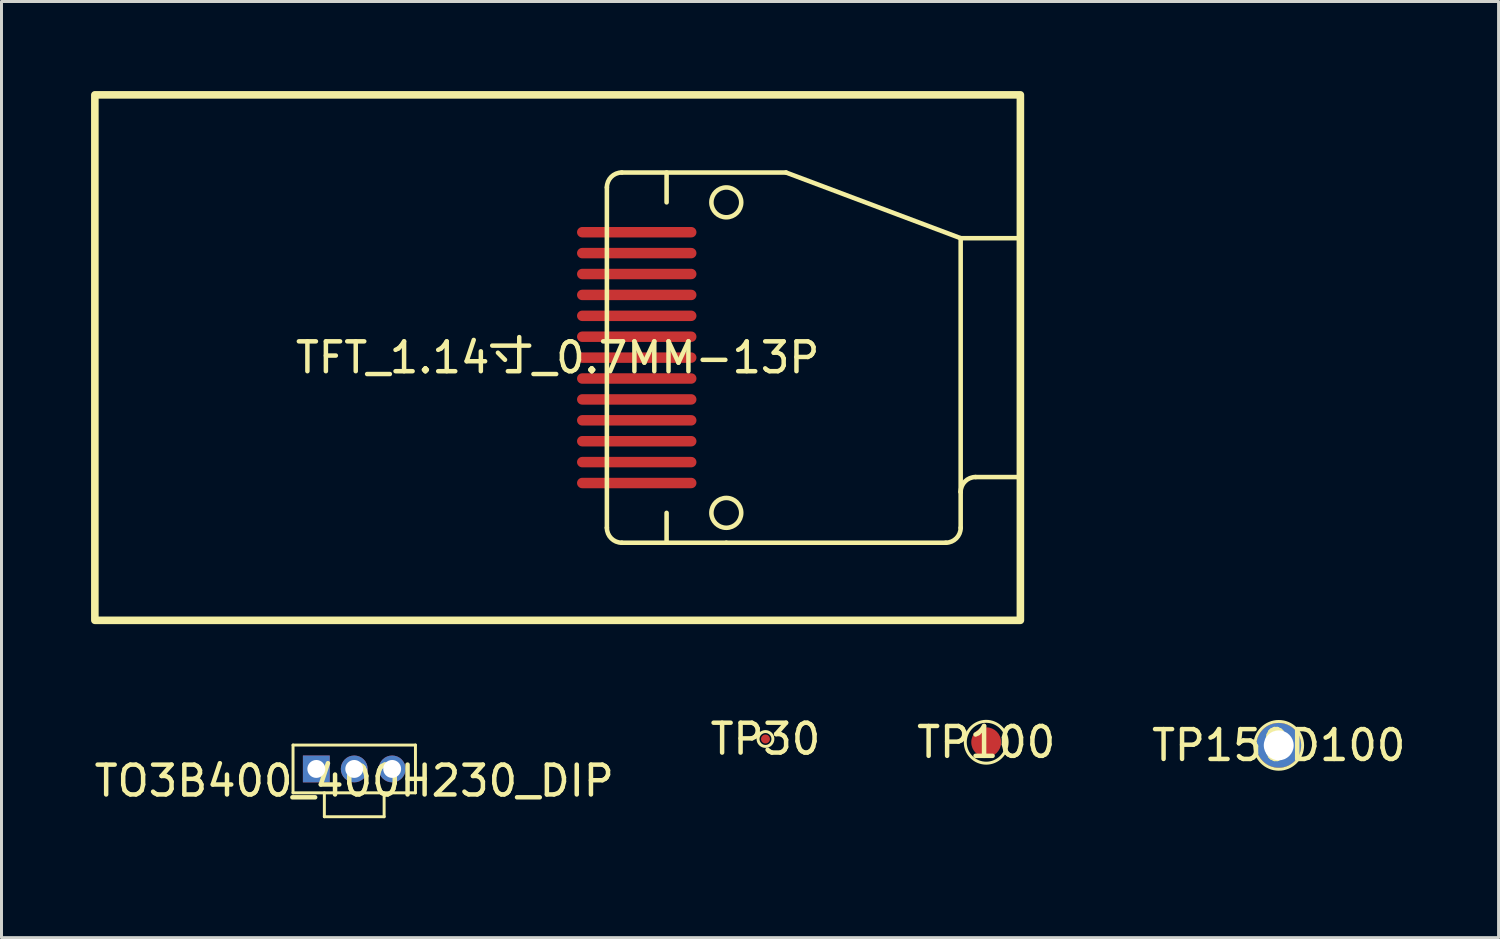
<source format=kicad_pcb>
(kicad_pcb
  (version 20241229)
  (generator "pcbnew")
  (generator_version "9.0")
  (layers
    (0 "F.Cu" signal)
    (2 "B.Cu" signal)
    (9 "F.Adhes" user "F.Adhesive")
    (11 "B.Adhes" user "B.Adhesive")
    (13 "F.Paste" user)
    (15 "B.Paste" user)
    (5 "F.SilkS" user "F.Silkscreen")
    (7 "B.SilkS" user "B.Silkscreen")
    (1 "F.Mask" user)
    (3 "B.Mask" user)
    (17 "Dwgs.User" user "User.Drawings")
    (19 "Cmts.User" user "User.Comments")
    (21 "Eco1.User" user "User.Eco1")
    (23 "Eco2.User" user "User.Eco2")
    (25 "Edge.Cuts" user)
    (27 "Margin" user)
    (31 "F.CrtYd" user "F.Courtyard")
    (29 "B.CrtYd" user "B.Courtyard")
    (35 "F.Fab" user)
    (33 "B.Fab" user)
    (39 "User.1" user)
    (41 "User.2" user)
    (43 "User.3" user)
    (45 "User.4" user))
  (footprint "TFT_1.14寸_0.7MM-13P"
    (layer "F.Cu")
    (at 15.627 8.928)
    (property "Reference" "TFT_1.14寸_0.7MM-13P" (at 0 0 0) (layer "F.SilkS") (effects (font (size 1 1) (thickness 0.15))))
    (fp_line (start 1.65 -5.7) (end 1.65 5.7) (stroke (width 0.152) (type default)) (layer "F.SilkS"))
    (fp_line (start 2.15 6.2) (end 5.65 6.2) (stroke (width 0.152) (type default)) (layer "F.SilkS"))
    (fp_line (start 3.65 -6.2) (end 3.65 -5.2) (stroke (width 0.152) (type default)) (layer "F.SilkS"))
    (fp_line (start 3.65 5.2) (end 3.65 6.2) (stroke (width 0.152) (type default)) (layer "F.SilkS"))
    (fp_line (start 5.65 6.2) (end 13 6.2) (stroke (width 0.152) (type default)) (layer "F.SilkS"))
    (fp_line (start 7.65 -6.2) (end 2.15 -6.2) (stroke (width 0.152) (type default)) (layer "F.SilkS"))
    (fp_line (start 7.65 -6.2) (end 13.5 -4) (stroke (width 0.152) (type default)) (layer "F.SilkS"))
    (fp_line (start 13.5 -4) (end 13.5 4.5) (stroke (width 0.152) (type default)) (layer "F.SilkS"))
    (fp_line (start 13.5 -4) (end 15.5 -4) (stroke (width 0.152) (type default)) (layer "F.SilkS"))
    (fp_line (start 13.5 5.7) (end 13.5 4.5) (stroke (width 0.152) (type default)) (layer "F.SilkS"))
    (fp_line (start 14 4) (end 15.5 4) (stroke (width 0.152) (type default)) (layer "F.SilkS"))
    (fp_rect (start -15.5 -8.801) (end 15.5 8.799) (stroke (width 0.254) (type default)) (fill no) (layer "F.SilkS"))
    (fp_arc (start 1.65 -5.7) (mid 1.796447 -6.053553) (end 2.15 -6.2) (stroke (width 0.1525) (type default)) (layer "F.SilkS"))
    (fp_arc (start 2.15 6.2) (mid 1.796447 6.053553) (end 1.65 5.7) (stroke (width 0.1525) (type default)) (layer "F.SilkS"))
    (fp_arc (start 13.5 4.5) (mid 13.646447 4.146447) (end 14 4) (stroke (width 0.1525) (type default)) (layer "F.SilkS"))
    (fp_arc (start 13.5 5.7) (mid 13.353553 6.053553) (end 13 6.2) (stroke (width 0.1525) (type default)) (layer "F.SilkS"))
    (fp_circle (center 5.65 -5.2) (end 6.15 -5.2) (stroke (width 0.152) (type default)) (fill no) (layer "F.SilkS"))
    (fp_circle (center 5.65 5.2) (end 6.15 5.2) (stroke (width 0.152) (type default)) (fill no) (layer "F.SilkS"))
    (pad "1" smd oval (at 2.65 -4.2 270) (size 0.35 4) (layers "F.Cu" "F.Mask" "F.Paste"))
    (pad "2" smd oval (at 2.65 -3.5 270) (size 0.35 4) (layers "F.Cu" "F.Mask" "F.Paste"))
    (pad "3" smd oval (at 2.65 -2.8 270) (size 0.35 4) (layers "F.Cu" "F.Mask" "F.Paste"))
    (pad "4" smd oval (at 2.65 -2.1 270) (size 0.35 4) (layers "F.Cu" "F.Mask" "F.Paste"))
    (pad "5" smd oval (at 2.65 -1.4 270) (size 0.35 4) (layers "F.Cu" "F.Mask" "F.Paste"))
    (pad "6" smd oval (at 2.65 -0.7 270) (size 0.35 4) (layers "F.Cu" "F.Mask" "F.Paste"))
    (pad "7" smd oval (at 2.65 0 270) (size 0.35 4) (layers "F.Cu" "F.Mask" "F.Paste"))
    (pad "8" smd oval (at 2.65 0.7 270) (size 0.35 4) (layers "F.Cu" "F.Mask" "F.Paste"))
    (pad "9" smd oval (at 2.65 1.4 270) (size 0.35 4) (layers "F.Cu" "F.Mask" "F.Paste"))
    (pad "10" smd oval (at 2.65 2.1 270) (size 0.35 4) (layers "F.Cu" "F.Mask" "F.Paste"))
    (pad "11" smd oval (at 2.65 2.8 270) (size 0.35 4) (layers "F.Cu" "F.Mask" "F.Paste"))
    (pad "12" smd oval (at 2.65 3.5 270) (size 0.35 4) (layers "F.Cu" "F.Mask" "F.Paste"))
    (pad "13" smd oval (at 2.65 4.2 270) (size 0.35 4) (layers "F.Cu" "F.Mask" "F.Paste")))
  (footprint "TP30"
    (layer "F.Cu")
    (at 22.589 21.702)
    (property "Reference" "TP30" (at 0 0 0) (layer "F.SilkS") (effects (font (size 1 1) (thickness 0.15))))
    (fp_circle (center 0 0) (end 0.249 0) (stroke (width 0.099) (type default)) (fill no) (layer "F.SilkS"))
    (fp_circle (center 0 0) (end 0.249 0) (stroke (width 0.025) (type default)) (fill no) (layer "User.1"))
    (fp_poly (pts (xy 0.254 0) (xy 0.234 0.097) (xy 0.179 0.179) (xy 0.097 0.234) (xy 0 0.254) (xy -0.097 0.234) (xy -0.124 0.216) (xy -0.179 0.179) (xy -0.234 0.097) (xy -0.254 0) (xy -0.234 -0.097) (xy -0.179 -0.179) (xy -0.124 -0.216) (xy -0.097 -0.234) (xy 0 -0.254) (xy 0.097 -0.234) (xy 0.179 -0.179) (xy 0.234 -0.097)) (stroke (width 0.1) (type default)) (fill no) (layer "User.1"))
    (fp_poly (pts (xy 0.254 0) (xy 0.234 0.097) (xy 0.179 0.179) (xy 0.097 0.234) (xy 0 0.254) (xy -0.097 0.234) (xy -0.124 0.216) (xy -0.179 0.179) (xy -0.234 0.097) (xy -0.254 0) (xy -0.234 -0.097) (xy -0.179 -0.179) (xy -0.124 -0.216) (xy -0.097 -0.234) (xy 0 -0.254) (xy 0.097 -0.234) (xy 0.179 -0.179) (xy 0.234 -0.097)) (stroke (width 0.1) (type default)) (fill no) (layer "User.1"))
    (pad "1" smd circle (at 0 0) (size 0.299 0.299) (layers "F.Cu" "F.Mask" "F.Paste")))
  (footprint "TP150D100"
    (layer "F.Cu")
    (at 39.78 21.915)
    (property "Reference" "TP150D100" (at 0 0 0) (layer "F.SilkS") (effects (font (size 1 1) (thickness 0.15))))
    (fp_circle (center 0 0) (end 0.8 0) (stroke (width 0.099) (type default)) (fill no) (layer "F.SilkS"))
    (fp_circle (center 0 0) (end 1.001 0) (stroke (width 0.025) (type default)) (fill no) (layer "User.1"))
    (fp_poly (pts (xy 0.807 0) (xy 0.779 -0.209) (xy 0.699 -0.404) (xy 0.571 -0.571) (xy 0.404 -0.699) (xy 0.209 -0.779) (xy 0 -0.807) (xy -0.209 -0.779) (xy -0.404 -0.699) (xy -0.571 -0.571) (xy -0.699 -0.404) (xy -0.779 -0.209) (xy -0.807 0) (xy -0.779 0.209) (xy -0.699 0.404) (xy -0.571 0.571) (xy -0.404 0.699) (xy -0.209 0.779) (xy 0 0.807) (xy 0.209 0.779) (xy 0.404 0.699) (xy 0.571 0.571) (xy 0.699 0.404) (xy 0.779 0.209)) (stroke (width 0.1) (type default)) (fill no) (layer "User.1"))
    (fp_poly (pts (xy 0.807 0) (xy 0.779 -0.209) (xy 0.699 -0.404) (xy 0.571 -0.571) (xy 0.404 -0.699) (xy 0.209 -0.779) (xy 0 -0.807) (xy -0.209 -0.779) (xy -0.404 -0.699) (xy -0.571 -0.571) (xy -0.699 -0.404) (xy -0.779 -0.209) (xy -0.807 0) (xy -0.779 0.209) (xy -0.699 0.404) (xy -0.571 0.571) (xy -0.404 0.699) (xy -0.209 0.779) (xy 0 0.807) (xy 0.209 0.779) (xy 0.404 0.699) (xy 0.571 0.571) (xy 0.699 0.404) (xy 0.779 0.209)) (stroke (width 0.1) (type default)) (fill no) (layer "User.1"))
    (fp_poly (pts (xy 0.807 0) (xy 0.779 -0.209) (xy 0.699 -0.404) (xy 0.571 -0.571) (xy 0.404 -0.699) (xy 0.209 -0.779) (xy 0 -0.807) (xy -0.209 -0.779) (xy -0.404 -0.699) (xy -0.571 -0.571) (xy -0.699 -0.404) (xy -0.779 -0.209) (xy -0.807 0) (xy -0.779 0.209) (xy -0.699 0.404) (xy -0.571 0.571) (xy -0.404 0.699) (xy -0.209 0.779) (xy 0 0.807) (xy 0.209 0.779) (xy 0.404 0.699) (xy 0.571 0.571) (xy 0.699 0.404) (xy 0.779 0.209)) (stroke (width 0.1) (type default)) (fill no) (layer "User.1"))
    (fp_poly (pts (xy 0.807 0) (xy 0.779 -0.209) (xy 0.699 -0.404) (xy 0.571 -0.571) (xy 0.404 -0.699) (xy 0.209 -0.779) (xy 0 -0.807) (xy -0.209 -0.779) (xy -0.404 -0.699) (xy -0.571 -0.571) (xy -0.699 -0.404) (xy -0.779 -0.209) (xy -0.807 0) (xy -0.779 0.209) (xy -0.699 0.404) (xy -0.571 0.571) (xy -0.404 0.699) (xy -0.209 0.779) (xy 0 0.807) (xy 0.209 0.779) (xy 0.404 0.699) (xy 0.571 0.571) (xy 0.699 0.404) (xy 0.779 0.209)) (stroke (width 0.1) (type default)) (fill no) (layer "User.1"))
    (fp_poly (pts (xy 1.001 0) (xy 1.001 -0.148) (xy 0.915 -0.431) (xy 0.75 -0.678) (xy 0.522 -0.867) (xy 0.248 -0.981) (xy -0.046 -1.01) (xy -0.337 -0.954) (xy -0.599 -0.816) (xy -0.809 -0.607) (xy -0.951 -0.346) (xy -1.01 -0.057) (xy -0.983 0.238) (xy -0.872 0.513) (xy -0.686 0.744) (xy -0.441 0.91) (xy -0.159 1) (xy -0.01 1.001) (xy -0.01 0.841) (xy -0.021 0.841) (xy -0.1 0.837) (xy -0.257 0.806) (xy -0.405 0.746) (xy -0.537 0.657) (xy -0.651 0.545) (xy -0.741 0.413) (xy -0.803 0.267) (xy -0.836 0.11) (xy -0.841 0.03) (xy -0.841 -0.041) (xy -0.837 -0.117) (xy -0.808 -0.268) (xy -0.75 -0.409) (xy -0.667 -0.538) (xy -0.561 -0.648) (xy -0.436 -0.737) (xy -0.296 -0.799) (xy -0.147 -0.834) (xy -0.071 -0.841) (xy 0.026 -0.84) (xy 0.217 -0.806) (xy 0.398 -0.734) (xy 0.558 -0.625) (xy 0.63 -0.559) (xy 0.68 -0.502) (xy 0.763 -0.376) (xy 0.817 -0.235) (xy 0.841 -0.086) (xy 0.841 -0.01) (xy 0.833 0.071) (xy 0.796 0.232) (xy 0.736 0.384) (xy 0.65 0.524) (xy 0.6 0.59) (xy 0.541 0.65) (xy 0.406 0.75) (xy 0.251 0.815) (xy 0.085 0.842) (xy 0 0.841) (xy 0 1.001) (xy 0.099 1) (xy 0.291 0.962) (xy 0.473 0.886) (xy 0.637 0.776) (xy 0.776 0.637) (xy 0.886 0.473) (xy 0.962 0.291) (xy 1 0.099)) (stroke (width 0.1) (type default)) (fill no) (layer "User.1"))
    (fp_poly (pts (arc (start 1.001 0) (mid -0.70427 -0.71134) (end -0.01 1.001)) (xy -0.01 0.841) (arc (start -0.0205 0.8405) (mid -0.596635 0.603706) (end -0.8405 0.0305)) (arc (start -0.8405 -0.0405) (mid -0.616927 -0.595639) (end -0.071 -0.8405)) (arc (start -0.071 -0.8405) (mid 0.309334 -0.774189) (end 0.63 -0.559)) (arc (start 0.63 -0.559) (mid 0.793966 -0.306972) (end 0.8405 -0.01)) (arc (start 0.8405 -0.01) (mid 0.768885 0.309362) (end 0.5995 0.5895)) (arc (start 0.5995 0.5895) (mid 0.329889 0.787078) (end 0 0.8405)) (arc (start 0 1.001) (mid 0.707084 0.707084) (end 1.001 0))) (stroke (width 0.1) (type default)) (fill no) (layer "User.1"))
    (pad "1" thru_hole circle (at 0 0) (size 1.501 1.501) (drill 1.001) (layers "*.Cu" "*.Mask")))
  (footprint "TO3B400_400H230_DIP"
    (layer "F.Cu")
    (at 8.815 23.105)
    (property "Reference" "TO3B400_400H230_DIP" (at 0 0 0) (layer "F.SilkS") (effects (font (size 1 1) (thickness 0.15))))
    (fp_line (start -2.05 -1.2) (end -2.05 0.4) (stroke (width 0.099) (type default)) (layer "F.SilkS"))
    (fp_line (start -1.001 0.4) (end -1.001 1.2) (stroke (width 0.099) (type default)) (layer "F.SilkS"))
    (fp_line (start 1.001 0.4) (end 1.001 1.2) (stroke (width 0.099) (type default)) (layer "F.SilkS"))
    (fp_line (start 1.001 1.2) (end -1.001 1.2) (stroke (width 0.099) (type default)) (layer "F.SilkS"))
    (fp_line (start 2.05 -1.2) (end -2.05 -1.2) (stroke (width 0.099) (type default)) (layer "F.SilkS"))
    (fp_line (start 2.05 -1.2) (end 2.05 0.4) (stroke (width 0.099) (type default)) (layer "F.SilkS"))
    (fp_line (start 2.05 0.4) (end -2.05 0.4) (stroke (width 0.099) (type default)) (layer "F.SilkS"))
    (fp_line (start -3.05 -2.201) (end -3.05 2.201) (stroke (width 0.025) (type default)) (layer "User.1"))
    (fp_line (start 3.05 -2.201) (end -3.05 -2.201) (stroke (width 0.025) (type default)) (layer "User.1"))
    (fp_line (start 3.05 -2.201) (end 3.05 2.201) (stroke (width 0.025) (type default)) (layer "User.1"))
    (fp_line (start 3.05 2.201) (end -3.05 2.201) (stroke (width 0.025) (type default)) (layer "User.1"))
    (fp_poly (pts (xy -2.7 1.05) (xy 2.7 1.05) (xy 2.7 -1.851) (xy -2.7 -1.851)) (stroke (width 0.1) (type default)) (fill no) (layer "User.1"))
    (fp_poly (pts (xy -2.7 1.05) (xy 2.7 1.05) (xy 2.7 -1.851) (xy -2.7 -1.851)) (stroke (width 0.1) (type default)) (fill no) (layer "User.1"))
    (fp_poly (pts (xy -2.05 -1.2) (xy -2.05 1.2) (xy 2.05 1.2) (xy 2.05 -1.2)) (stroke (width 0.1) (type default)) (fill no) (layer "User.1"))
    (fp_poly (pts (xy -2.05 -1.2) (xy -2.05 1.2) (xy 2.05 1.2) (xy 2.05 -1.2)) (stroke (width 0.1) (type default)) (fill no) (layer "User.1"))
    (fp_poly (pts (xy -3.05 2.201) (xy -2.1 2.201) (xy -2.1 -1.251) (xy 2.1 -1.251) (xy 2.1 1.251) (xy -2.05 1.251) (xy -2.05 2.201) (xy 3.05 2.201) (xy 3.05 -2.201) (xy -3.05 -2.201)) (stroke (width 0.1) (type default)) (fill no) (layer "User.1"))
    (fp_poly (pts (xy -3.05 2.201) (xy -2.1 2.201) (xy -2.1 -1.251) (xy 2.1 -1.251) (xy 2.1 1.251) (xy -2.05 1.251) (xy -2.05 2.201) (xy 3.05 2.201) (xy 3.05 -2.201) (xy -3.05 -2.201)) (stroke (width 0.1) (type default)) (fill no) (layer "User.1"))
    (pad "1" thru_hole rect (at -1.27 -0.4 180) (size 0.899 0.899) (drill 0.6) (layers "*.Cu" "*.Mask"))
    (pad "2" thru_hole circle (at 0 -0.4 180) (size 0.899 0.899) (drill 0.6) (layers "*.Cu" "*.Mask"))
    (pad "3" thru_hole circle (at 1.27 -0.4 180) (size 0.899 0.899) (drill 0.6) (layers "*.Cu" "*.Mask")))
  (footprint "TP100"
    (layer "F.Cu")
    (at 29.982 21.811)
    (property "Reference" "TP100" (at 0 0 0) (layer "F.SilkS") (effects (font (size 1 1) (thickness 0.15))))
    (fp_circle (center 0 0) (end 0.701 0) (stroke (width 0.099) (type default)) (fill no) (layer "F.SilkS"))
    (fp_circle (center 0 0) (end 0.899 0) (stroke (width 0.025) (type default)) (fill no) (layer "User.1"))
    (fp_poly (pts (xy 0.907 0) (xy 0.876 -0.234) (xy 0.785 -0.454) (xy 0.641 -0.641) (xy 0.454 -0.785) (xy 0.234 -0.876) (xy 0 -0.907) (xy -0.234 -0.876) (xy -0.454 -0.785) (xy -0.641 -0.641) (xy -0.785 -0.454) (xy -0.876 -0.234) (xy -0.907 0) (xy -0.876 0.234) (xy -0.785 0.454) (xy -0.641 0.641) (xy -0.454 0.785) (xy -0.234 0.876) (xy 0 0.907) (xy 0.234 0.876) (xy 0.454 0.785) (xy 0.641 0.641) (xy 0.785 0.454) (xy 0.876 0.234)) (stroke (width 0.1) (type default)) (fill no) (layer "User.1"))
    (fp_poly (pts (xy 0.907 0) (xy 0.876 -0.234) (xy 0.785 -0.454) (xy 0.641 -0.641) (xy 0.454 -0.785) (xy 0.234 -0.876) (xy 0 -0.907) (xy -0.234 -0.876) (xy -0.454 -0.785) (xy -0.641 -0.641) (xy -0.785 -0.454) (xy -0.876 -0.234) (xy -0.907 0) (xy -0.876 0.234) (xy -0.785 0.454) (xy -0.641 0.641) (xy -0.454 0.785) (xy -0.234 0.876) (xy 0 0.907) (xy 0.234 0.876) (xy 0.454 0.785) (xy 0.641 0.641) (xy 0.785 0.454) (xy 0.876 0.234)) (stroke (width 0.1) (type default)) (fill no) (layer "User.1"))
    (pad "1" smd circle (at 0 0) (size 1.001 1.001) (layers "F.Cu" "F.Mask" "F.Paste")))
  (gr_rect
    (start -3 -3)
    (end 47.143 28.356)
    (stroke (width 0.1) (type default))
    (fill no)
    (layer "Edge.Cuts")))
</source>
